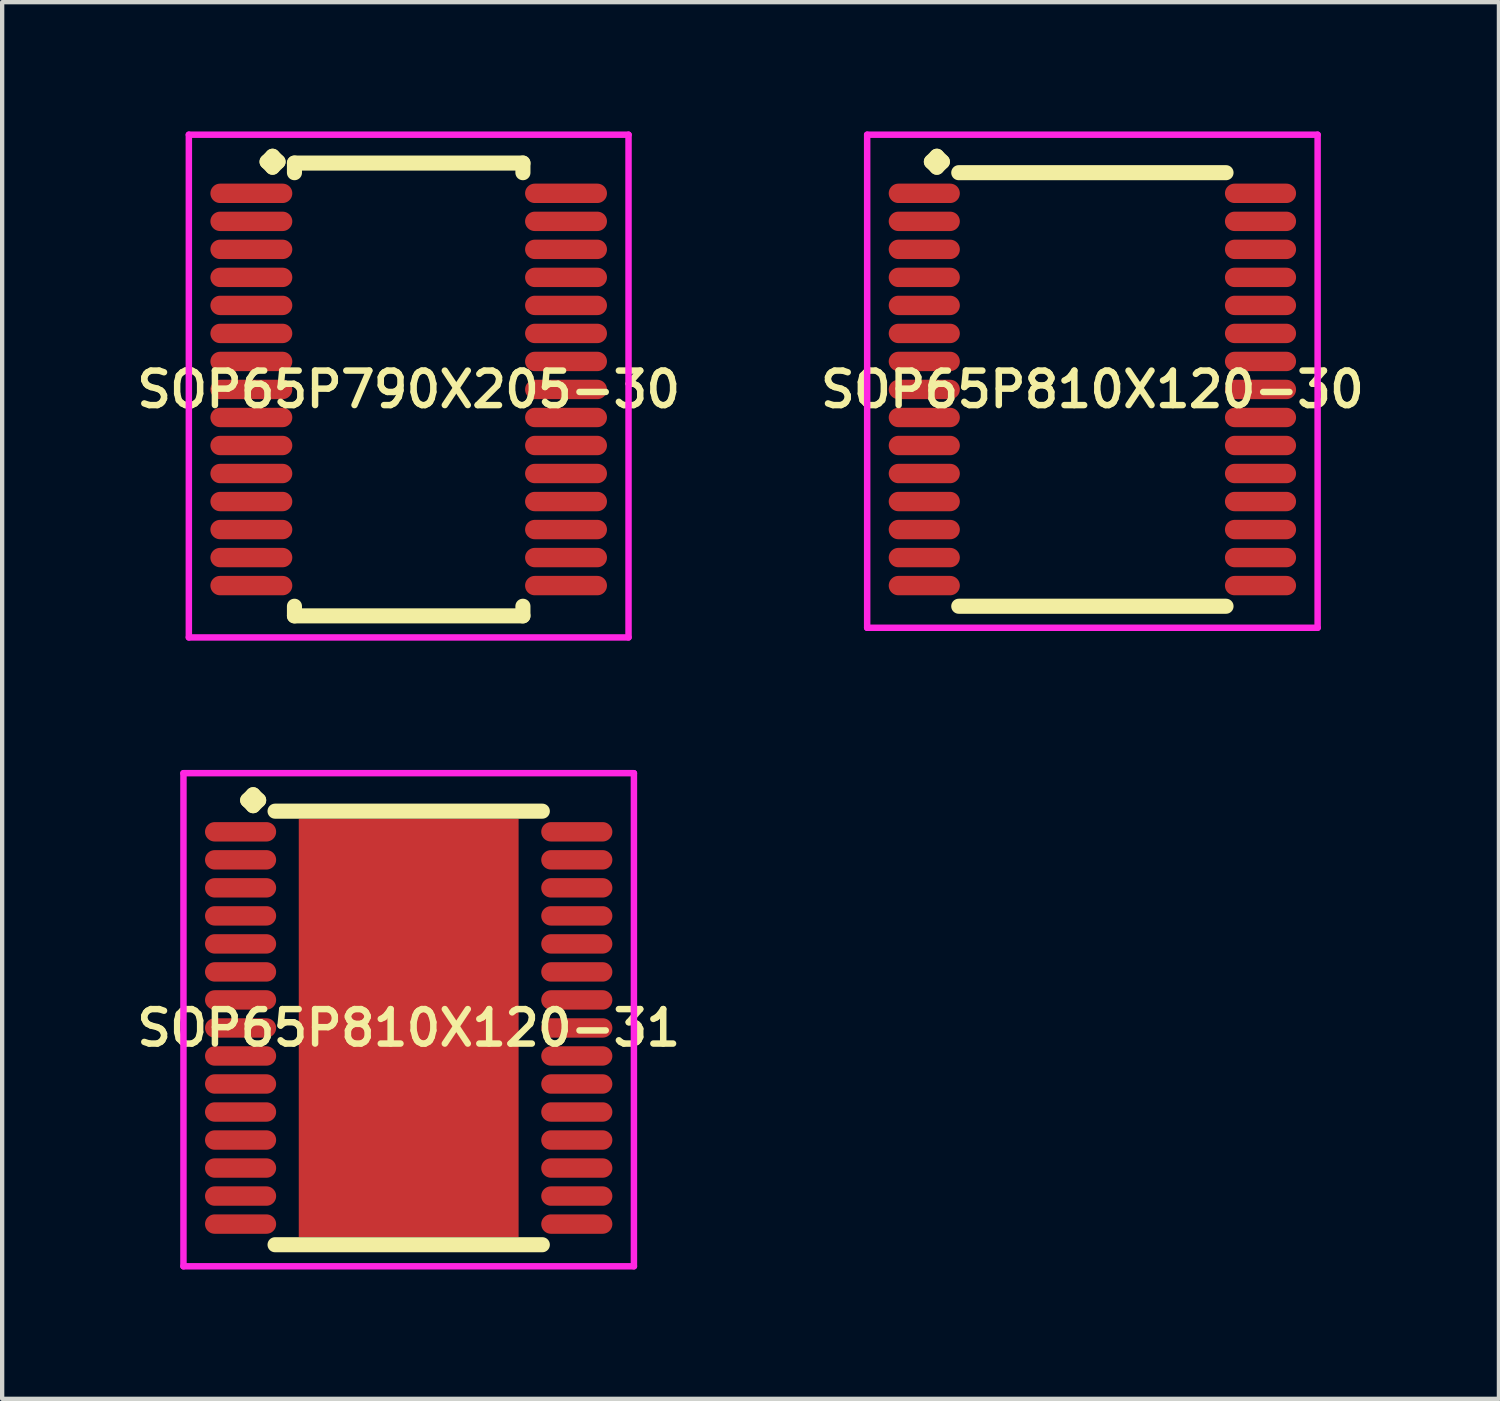
<source format=kicad_pcb>
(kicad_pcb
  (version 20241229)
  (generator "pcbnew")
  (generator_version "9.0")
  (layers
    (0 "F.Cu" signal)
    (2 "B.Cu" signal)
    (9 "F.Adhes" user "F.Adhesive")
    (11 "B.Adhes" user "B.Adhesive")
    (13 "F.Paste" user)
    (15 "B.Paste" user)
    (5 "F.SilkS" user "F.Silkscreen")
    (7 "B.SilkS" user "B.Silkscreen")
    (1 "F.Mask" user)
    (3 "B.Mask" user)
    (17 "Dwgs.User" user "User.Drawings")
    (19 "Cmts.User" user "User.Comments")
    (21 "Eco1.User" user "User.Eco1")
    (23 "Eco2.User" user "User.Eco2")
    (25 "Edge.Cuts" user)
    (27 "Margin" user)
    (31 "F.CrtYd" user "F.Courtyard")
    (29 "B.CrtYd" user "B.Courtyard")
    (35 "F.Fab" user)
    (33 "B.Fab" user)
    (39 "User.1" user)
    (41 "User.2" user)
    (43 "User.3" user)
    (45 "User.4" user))
  (footprint "SOP65P810X120-30"
    (layer "F.Cu")
    (at 22.292 5.985)
    (property "Reference" "SOP65P810X120-30" (at 0 0 0) (layer "F.SilkS") (effects (font (size 0.8 0.8) (thickness 0.15))))
    (attr through_hole)
    (fp_line (start -3.735 -5.283) (end -3.608 -5.41) (stroke (width 0.35) (type solid)) (layer "F.SilkS"))
    (fp_line (start -3.608 -5.41) (end -3.481 -5.283) (stroke (width 0.35) (type solid)) (layer "F.SilkS"))
    (fp_line (start -3.608 -5.156) (end -3.735 -5.283) (stroke (width 0.35) (type solid)) (layer "F.SilkS"))
    (fp_line (start -3.481 -5.283) (end -3.608 -5.156) (stroke (width 0.35) (type solid)) (layer "F.SilkS"))
    (fp_line (start -3.1 -5.029) (end 3.1 -5.029) (stroke (width 0.35) (type solid)) (layer "F.SilkS"))
    (fp_line (start -3.1 5.029) (end 3.1 5.029) (stroke (width 0.35) (type solid)) (layer "F.SilkS"))
    (fp_line (start -5.225 -5.91) (end 5.225 -5.91) (stroke (width 0.15) (type solid)) (layer "F.CrtYd"))
    (fp_line (start -5.225 5.529) (end -5.225 -5.91) (stroke (width 0.15) (type solid)) (layer "F.CrtYd"))
    (fp_line (start 5.225 -5.91) (end 5.225 5.529) (stroke (width 0.15) (type solid)) (layer "F.CrtYd"))
    (fp_line (start 5.225 5.529) (end -5.225 5.529) (stroke (width 0.15) (type solid)) (layer "F.CrtYd"))
    (pad "1" smd oval (at -3.9 -4.55) (size 1.65 0.45) (layers "F.Cu" "F.Mask" "F.Paste"))
    (pad "2" smd oval (at -3.9 -3.9) (size 1.65 0.45) (layers "F.Cu" "F.Mask" "F.Paste"))
    (pad "3" smd oval (at -3.9 -3.25) (size 1.65 0.45) (layers "F.Cu" "F.Mask" "F.Paste"))
    (pad "4" smd oval (at -3.9 -2.6) (size 1.65 0.45) (layers "F.Cu" "F.Mask" "F.Paste"))
    (pad "5" smd oval (at -3.9 -1.95) (size 1.65 0.45) (layers "F.Cu" "F.Mask" "F.Paste"))
    (pad "6" smd oval (at -3.9 -1.3) (size 1.65 0.45) (layers "F.Cu" "F.Mask" "F.Paste"))
    (pad "7" smd oval (at -3.9 -0.65) (size 1.65 0.45) (layers "F.Cu" "F.Mask" "F.Paste"))
    (pad "8" smd oval (at -3.9 0) (size 1.65 0.45) (layers "F.Cu" "F.Mask" "F.Paste"))
    (pad "9" smd oval (at -3.9 0.65) (size 1.65 0.45) (layers "F.Cu" "F.Mask" "F.Paste"))
    (pad "10" smd oval (at -3.9 1.3) (size 1.65 0.45) (layers "F.Cu" "F.Mask" "F.Paste"))
    (pad "11" smd oval (at -3.9 1.95) (size 1.65 0.45) (layers "F.Cu" "F.Mask" "F.Paste"))
    (pad "12" smd oval (at -3.9 2.6) (size 1.65 0.45) (layers "F.Cu" "F.Mask" "F.Paste"))
    (pad "13" smd oval (at -3.9 3.25) (size 1.65 0.45) (layers "F.Cu" "F.Mask" "F.Paste"))
    (pad "14" smd oval (at -3.9 3.9) (size 1.65 0.45) (layers "F.Cu" "F.Mask" "F.Paste"))
    (pad "15" smd oval (at -3.9 4.55) (size 1.65 0.45) (layers "F.Cu" "F.Mask" "F.Paste"))
    (pad "16" smd oval (at 3.9 4.55) (size 1.65 0.45) (layers "F.Cu" "F.Mask" "F.Paste"))
    (pad "17" smd oval (at 3.9 3.9) (size 1.65 0.45) (layers "F.Cu" "F.Mask" "F.Paste"))
    (pad "18" smd oval (at 3.9 3.25) (size 1.65 0.45) (layers "F.Cu" "F.Mask" "F.Paste"))
    (pad "19" smd oval (at 3.9 2.6) (size 1.65 0.45) (layers "F.Cu" "F.Mask" "F.Paste"))
    (pad "20" smd oval (at 3.9 1.95) (size 1.65 0.45) (layers "F.Cu" "F.Mask" "F.Paste"))
    (pad "21" smd oval (at 3.9 1.3) (size 1.65 0.45) (layers "F.Cu" "F.Mask" "F.Paste"))
    (pad "22" smd oval (at 3.9 0.65) (size 1.65 0.45) (layers "F.Cu" "F.Mask" "F.Paste"))
    (pad "23" smd oval (at 3.9 0) (size 1.65 0.45) (layers "F.Cu" "F.Mask" "F.Paste"))
    (pad "24" smd oval (at 3.9 -0.65) (size 1.65 0.45) (layers "F.Cu" "F.Mask" "F.Paste"))
    (pad "25" smd oval (at 3.9 -1.3) (size 1.65 0.45) (layers "F.Cu" "F.Mask" "F.Paste"))
    (pad "26" smd oval (at 3.9 -1.95) (size 1.65 0.45) (layers "F.Cu" "F.Mask" "F.Paste"))
    (pad "27" smd oval (at 3.9 -2.6) (size 1.65 0.45) (layers "F.Cu" "F.Mask" "F.Paste"))
    (pad "28" smd oval (at 3.9 -3.25) (size 1.65 0.45) (layers "F.Cu" "F.Mask" "F.Paste"))
    (pad "29" smd oval (at 3.9 -3.9) (size 1.65 0.45) (layers "F.Cu" "F.Mask" "F.Paste"))
    (pad "30" smd oval (at 3.9 -4.55) (size 1.65 0.45) (layers "F.Cu" "F.Mask" "F.Paste")))
  (footprint "SOP65P810X120-31"
    (layer "F.Cu")
    (at 6.431 20.797)
    (property "Reference" "SOP65P810X120-31" (at 0 0 0) (layer "F.SilkS") (effects (font (size 0.8 0.8) (thickness 0.15))))
    (attr through_hole)
    (fp_line (start -3.735 -5.283) (end -3.608 -5.41) (stroke (width 0.35) (type solid)) (layer "F.SilkS"))
    (fp_line (start -3.608 -5.41) (end -3.481 -5.283) (stroke (width 0.35) (type solid)) (layer "F.SilkS"))
    (fp_line (start -3.608 -5.156) (end -3.735 -5.283) (stroke (width 0.35) (type solid)) (layer "F.SilkS"))
    (fp_line (start -3.481 -5.283) (end -3.608 -5.156) (stroke (width 0.35) (type solid)) (layer "F.SilkS"))
    (fp_line (start -3.1 -5.029) (end 3.1 -5.029) (stroke (width 0.35) (type solid)) (layer "F.SilkS"))
    (fp_line (start -3.1 5.029) (end 3.1 5.029) (stroke (width 0.35) (type solid)) (layer "F.SilkS"))
    (fp_line (start -5.225 -5.91) (end 5.225 -5.91) (stroke (width 0.15) (type solid)) (layer "F.CrtYd"))
    (fp_line (start -5.225 5.529) (end -5.225 -5.91) (stroke (width 0.15) (type solid)) (layer "F.CrtYd"))
    (fp_line (start 5.225 -5.91) (end 5.225 5.529) (stroke (width 0.15) (type solid)) (layer "F.CrtYd"))
    (fp_line (start 5.225 5.529) (end -5.225 5.529) (stroke (width 0.15) (type solid)) (layer "F.CrtYd"))
    (pad "1" smd oval (at -3.9 -4.55) (size 1.65 0.45) (layers "F.Cu" "F.Mask" "F.Paste"))
    (pad "2" smd oval (at -3.9 -3.9) (size 1.65 0.45) (layers "F.Cu" "F.Mask" "F.Paste"))
    (pad "3" smd oval (at -3.9 -3.25) (size 1.65 0.45) (layers "F.Cu" "F.Mask" "F.Paste"))
    (pad "4" smd oval (at -3.9 -2.6) (size 1.65 0.45) (layers "F.Cu" "F.Mask" "F.Paste"))
    (pad "5" smd oval (at -3.9 -1.95) (size 1.65 0.45) (layers "F.Cu" "F.Mask" "F.Paste"))
    (pad "6" smd oval (at -3.9 -1.3) (size 1.65 0.45) (layers "F.Cu" "F.Mask" "F.Paste"))
    (pad "7" smd oval (at -3.9 -0.65) (size 1.65 0.45) (layers "F.Cu" "F.Mask" "F.Paste"))
    (pad "8" smd oval (at -3.9 0) (size 1.65 0.45) (layers "F.Cu" "F.Mask" "F.Paste"))
    (pad "9" smd oval (at -3.9 0.65) (size 1.65 0.45) (layers "F.Cu" "F.Mask" "F.Paste"))
    (pad "10" smd oval (at -3.9 1.3) (size 1.65 0.45) (layers "F.Cu" "F.Mask" "F.Paste"))
    (pad "11" smd oval (at -3.9 1.95) (size 1.65 0.45) (layers "F.Cu" "F.Mask" "F.Paste"))
    (pad "12" smd oval (at -3.9 2.6) (size 1.65 0.45) (layers "F.Cu" "F.Mask" "F.Paste"))
    (pad "13" smd oval (at -3.9 3.25) (size 1.65 0.45) (layers "F.Cu" "F.Mask" "F.Paste"))
    (pad "14" smd oval (at -3.9 3.9) (size 1.65 0.45) (layers "F.Cu" "F.Mask" "F.Paste"))
    (pad "15" smd oval (at -3.9 4.55) (size 1.65 0.45) (layers "F.Cu" "F.Mask" "F.Paste"))
    (pad "16" smd oval (at 3.9 4.55) (size 1.65 0.45) (layers "F.Cu" "F.Mask" "F.Paste"))
    (pad "17" smd oval (at 3.9 3.9) (size 1.65 0.45) (layers "F.Cu" "F.Mask" "F.Paste"))
    (pad "18" smd oval (at 3.9 3.25) (size 1.65 0.45) (layers "F.Cu" "F.Mask" "F.Paste"))
    (pad "19" smd oval (at 3.9 2.6) (size 1.65 0.45) (layers "F.Cu" "F.Mask" "F.Paste"))
    (pad "20" smd oval (at 3.9 1.95) (size 1.65 0.45) (layers "F.Cu" "F.Mask" "F.Paste"))
    (pad "21" smd oval (at 3.9 1.3) (size 1.65 0.45) (layers "F.Cu" "F.Mask" "F.Paste"))
    (pad "22" smd oval (at 3.9 0.65) (size 1.65 0.45) (layers "F.Cu" "F.Mask" "F.Paste"))
    (pad "23" smd oval (at 3.9 0) (size 1.65 0.45) (layers "F.Cu" "F.Mask" "F.Paste"))
    (pad "24" smd oval (at 3.9 -0.65) (size 1.65 0.45) (layers "F.Cu" "F.Mask" "F.Paste"))
    (pad "25" smd oval (at 3.9 -1.3) (size 1.65 0.45) (layers "F.Cu" "F.Mask" "F.Paste"))
    (pad "26" smd oval (at 3.9 -1.95) (size 1.65 0.45) (layers "F.Cu" "F.Mask" "F.Paste"))
    (pad "27" smd oval (at 3.9 -2.6) (size 1.65 0.45) (layers "F.Cu" "F.Mask" "F.Paste"))
    (pad "28" smd oval (at 3.9 -3.25) (size 1.65 0.45) (layers "F.Cu" "F.Mask" "F.Paste"))
    (pad "29" smd oval (at 3.9 -3.9) (size 1.65 0.45) (layers "F.Cu" "F.Mask" "F.Paste"))
    (pad "30" smd oval (at 3.9 -4.55) (size 1.65 0.45) (layers "F.Cu" "F.Mask" "F.Paste"))
    (pad "31" smd rect (at 0 0) (size 5.1 9.7) (layers "F.Cu" "F.Mask" "F.Paste")))
  (footprint "SOP65P790X205-30"
    (layer "F.Cu")
    (at 6.431 5.985)
    (property "Reference" "SOP65P790X205-30" (at 0 0 0) (layer "F.SilkS") (effects (font (size 0.8 0.8) (thickness 0.15))))
    (attr smd)
    (fp_line (start -3.285 -5.283) (end -3.158 -5.41) (stroke (width 0.35) (type solid)) (layer "F.SilkS"))
    (fp_line (start -3.158 -5.41) (end -3.031 -5.283) (stroke (width 0.35) (type solid)) (layer "F.SilkS"))
    (fp_line (start -3.158 -5.156) (end -3.285 -5.283) (stroke (width 0.35) (type solid)) (layer "F.SilkS"))
    (fp_line (start -3.031 -5.283) (end -3.158 -5.156) (stroke (width 0.35) (type solid)) (layer "F.SilkS"))
    (fp_line (start -2.65 -5.252) (end 2.65 -5.252) (stroke (width 0.35) (type solid)) (layer "F.SilkS"))
    (fp_line (start -2.65 -5.029) (end -2.65 -5.252) (stroke (width 0.35) (type solid)) (layer "F.SilkS"))
    (fp_line (start -2.65 5.029) (end -2.65 5.252) (stroke (width 0.35) (type solid)) (layer "F.SilkS"))
    (fp_line (start -2.65 5.252) (end 2.65 5.252) (stroke (width 0.35) (type solid)) (layer "F.SilkS"))
    (fp_line (start 2.65 -5.252) (end 2.65 -5.029) (stroke (width 0.35) (type solid)) (layer "F.SilkS"))
    (fp_line (start 2.65 5.252) (end 2.65 5.029) (stroke (width 0.35) (type solid)) (layer "F.SilkS"))
    (fp_line (start -5.1 -5.91) (end 5.1 -5.91) (stroke (width 0.15) (type solid)) (layer "F.CrtYd"))
    (fp_line (start -5.1 5.752) (end -5.1 -5.91) (stroke (width 0.15) (type solid)) (layer "F.CrtYd"))
    (fp_line (start 5.1 -5.91) (end 5.1 5.752) (stroke (width 0.15) (type solid)) (layer "F.CrtYd"))
    (fp_line (start 5.1 5.752) (end -5.1 5.752) (stroke (width 0.15) (type solid)) (layer "F.CrtYd"))
    (pad "1" smd oval (at -3.65 -4.55) (size 1.9 0.45) (layers "F.Cu" "F.Mask" "F.Paste"))
    (pad "2" smd oval (at -3.65 -3.9) (size 1.9 0.45) (layers "F.Cu" "F.Mask" "F.Paste"))
    (pad "3" smd oval (at -3.65 -3.25) (size 1.9 0.45) (layers "F.Cu" "F.Mask" "F.Paste"))
    (pad "4" smd oval (at -3.65 -2.6) (size 1.9 0.45) (layers "F.Cu" "F.Mask" "F.Paste"))
    (pad "5" smd oval (at -3.65 -1.95) (size 1.9 0.45) (layers "F.Cu" "F.Mask" "F.Paste"))
    (pad "6" smd oval (at -3.65 -1.3) (size 1.9 0.45) (layers "F.Cu" "F.Mask" "F.Paste"))
    (pad "7" smd oval (at -3.65 -0.65) (size 1.9 0.45) (layers "F.Cu" "F.Mask" "F.Paste"))
    (pad "8" smd oval (at -3.65 0) (size 1.9 0.45) (layers "F.Cu" "F.Mask" "F.Paste"))
    (pad "9" smd oval (at -3.65 0.65) (size 1.9 0.45) (layers "F.Cu" "F.Mask" "F.Paste"))
    (pad "10" smd oval (at -3.65 1.3) (size 1.9 0.45) (layers "F.Cu" "F.Mask" "F.Paste"))
    (pad "11" smd oval (at -3.65 1.95) (size 1.9 0.45) (layers "F.Cu" "F.Mask" "F.Paste"))
    (pad "12" smd oval (at -3.65 2.6) (size 1.9 0.45) (layers "F.Cu" "F.Mask" "F.Paste"))
    (pad "13" smd oval (at -3.65 3.25) (size 1.9 0.45) (layers "F.Cu" "F.Mask" "F.Paste"))
    (pad "14" smd oval (at -3.65 3.9) (size 1.9 0.45) (layers "F.Cu" "F.Mask" "F.Paste"))
    (pad "15" smd oval (at -3.65 4.55) (size 1.9 0.45) (layers "F.Cu" "F.Mask" "F.Paste"))
    (pad "16" smd oval (at 3.65 4.55) (size 1.9 0.45) (layers "F.Cu" "F.Mask" "F.Paste"))
    (pad "17" smd oval (at 3.65 3.9) (size 1.9 0.45) (layers "F.Cu" "F.Mask" "F.Paste"))
    (pad "18" smd oval (at 3.65 3.25) (size 1.9 0.45) (layers "F.Cu" "F.Mask" "F.Paste"))
    (pad "19" smd oval (at 3.65 2.6) (size 1.9 0.45) (layers "F.Cu" "F.Mask" "F.Paste"))
    (pad "20" smd oval (at 3.65 1.95) (size 1.9 0.45) (layers "F.Cu" "F.Mask" "F.Paste"))
    (pad "21" smd oval (at 3.65 1.3) (size 1.9 0.45) (layers "F.Cu" "F.Mask" "F.Paste"))
    (pad "22" smd oval (at 3.65 0.65) (size 1.9 0.45) (layers "F.Cu" "F.Mask" "F.Paste"))
    (pad "23" smd oval (at 3.65 0) (size 1.9 0.45) (layers "F.Cu" "F.Mask" "F.Paste"))
    (pad "24" smd oval (at 3.65 -0.65) (size 1.9 0.45) (layers "F.Cu" "F.Mask" "F.Paste"))
    (pad "25" smd oval (at 3.65 -1.3) (size 1.9 0.45) (layers "F.Cu" "F.Mask" "F.Paste"))
    (pad "26" smd oval (at 3.65 -1.95) (size 1.9 0.45) (layers "F.Cu" "F.Mask" "F.Paste"))
    (pad "27" smd oval (at 3.65 -2.6) (size 1.9 0.45) (layers "F.Cu" "F.Mask" "F.Paste"))
    (pad "28" smd oval (at 3.65 -3.25) (size 1.9 0.45) (layers "F.Cu" "F.Mask" "F.Paste"))
    (pad "29" smd oval (at 3.65 -3.9) (size 1.9 0.45) (layers "F.Cu" "F.Mask" "F.Paste"))
    (pad "30" smd oval (at 3.65 -4.55) (size 1.9 0.45) (layers "F.Cu" "F.Mask" "F.Paste")))
  (gr_rect
    (start -3 -3)
    (end 31.723 29.401)
    (stroke (width 0.1) (type default))
    (fill no)
    (layer "Edge.Cuts")))
</source>
